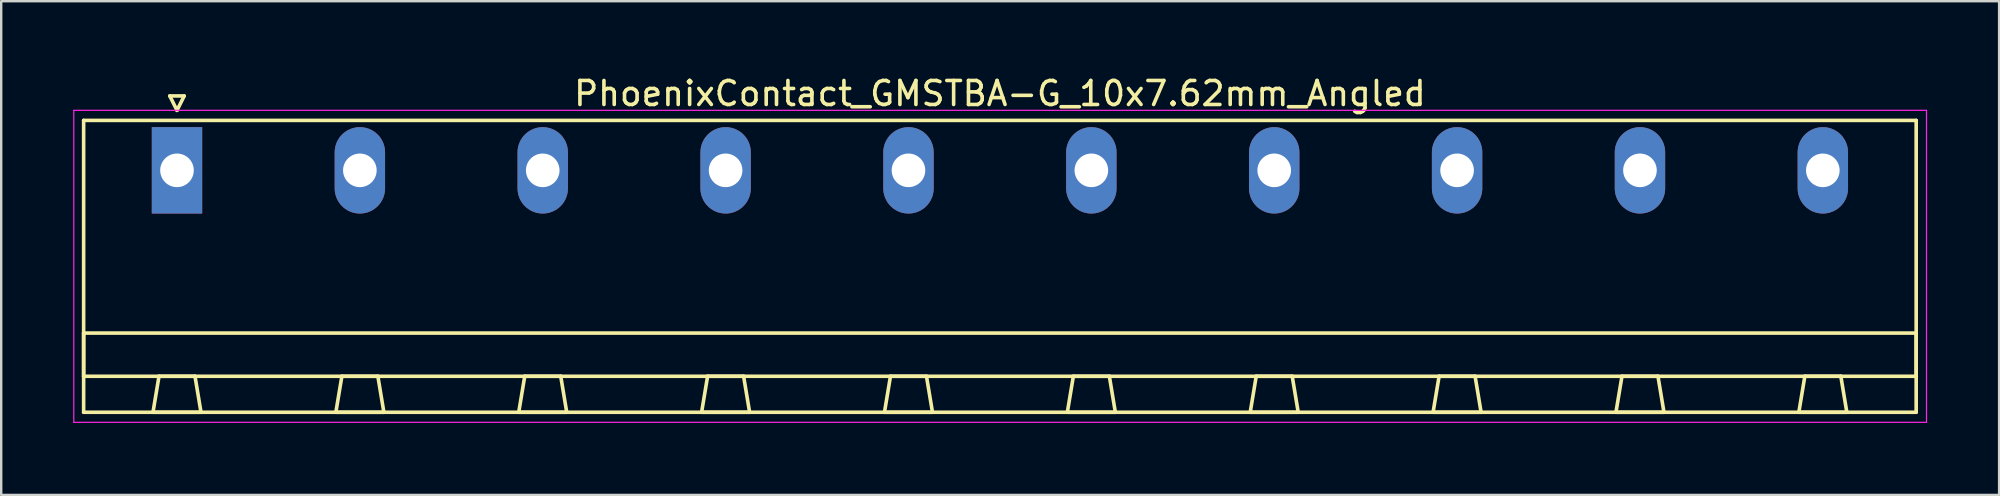
<source format=kicad_pcb>
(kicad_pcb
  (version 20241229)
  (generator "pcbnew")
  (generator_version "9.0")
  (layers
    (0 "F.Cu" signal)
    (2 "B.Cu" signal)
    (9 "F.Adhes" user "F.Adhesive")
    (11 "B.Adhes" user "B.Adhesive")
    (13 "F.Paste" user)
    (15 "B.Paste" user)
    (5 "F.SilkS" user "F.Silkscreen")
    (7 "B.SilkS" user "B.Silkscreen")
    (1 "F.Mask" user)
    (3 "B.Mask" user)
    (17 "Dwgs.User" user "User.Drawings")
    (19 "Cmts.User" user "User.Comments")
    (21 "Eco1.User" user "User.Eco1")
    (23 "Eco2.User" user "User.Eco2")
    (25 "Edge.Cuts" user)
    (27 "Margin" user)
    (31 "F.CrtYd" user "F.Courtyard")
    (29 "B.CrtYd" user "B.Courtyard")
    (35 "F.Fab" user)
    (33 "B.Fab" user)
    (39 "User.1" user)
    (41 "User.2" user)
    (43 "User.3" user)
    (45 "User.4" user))
  (footprint "PhoenixContact_GMSTBA-G_10x7.62mm_Angled"
    (layer "F.Cu")
    (at 4.325 4.048)
    (property "Reference" "PhoenixContact_GMSTBA-G_10x7.62mm_Angled" (at 34.29 -3.2 0) (layer "F.SilkS") (effects (font (size 1 1) (thickness 0.15))))
    (attr through_hole)
    (fp_line (start -3.89 -2.08) (end -3.89 10.08) (stroke (width 0.15) (type solid)) (layer "F.SilkS"))
    (fp_line (start -3.89 6.78) (end 72.47 6.78) (stroke (width 0.15) (type solid)) (layer "F.SilkS"))
    (fp_line (start -3.89 8.58) (end -3.89 6.78) (stroke (width 0.15) (type solid)) (layer "F.SilkS"))
    (fp_line (start -3.89 10.08) (end 72.47 10.08) (stroke (width 0.15) (type solid)) (layer "F.SilkS"))
    (fp_line (start -1 10.08) (end 1 10.08) (stroke (width 0.15) (type solid)) (layer "F.SilkS"))
    (fp_line (start -0.75 8.58) (end -1 10.08) (stroke (width 0.15) (type solid)) (layer "F.SilkS"))
    (fp_line (start -0.3 -3.1) (end 0 -2.5) (stroke (width 0.15) (type solid)) (layer "F.SilkS"))
    (fp_line (start 0 -2.5) (end 0.3 -3.1) (stroke (width 0.15) (type solid)) (layer "F.SilkS"))
    (fp_line (start 0.3 -3.1) (end -0.3 -3.1) (stroke (width 0.15) (type solid)) (layer "F.SilkS"))
    (fp_line (start 0.75 8.58) (end -0.75 8.58) (stroke (width 0.15) (type solid)) (layer "F.SilkS"))
    (fp_line (start 1 10.08) (end 0.75 8.58) (stroke (width 0.15) (type solid)) (layer "F.SilkS"))
    (fp_line (start 6.62 10.08) (end 8.62 10.08) (stroke (width 0.15) (type solid)) (layer "F.SilkS"))
    (fp_line (start 6.87 8.58) (end 6.62 10.08) (stroke (width 0.15) (type solid)) (layer "F.SilkS"))
    (fp_line (start 8.37 8.58) (end 6.87 8.58) (stroke (width 0.15) (type solid)) (layer "F.SilkS"))
    (fp_line (start 8.62 10.08) (end 8.37 8.58) (stroke (width 0.15) (type solid)) (layer "F.SilkS"))
    (fp_line (start 14.24 10.08) (end 16.24 10.08) (stroke (width 0.15) (type solid)) (layer "F.SilkS"))
    (fp_line (start 14.49 8.58) (end 14.24 10.08) (stroke (width 0.15) (type solid)) (layer "F.SilkS"))
    (fp_line (start 15.99 8.58) (end 14.49 8.58) (stroke (width 0.15) (type solid)) (layer "F.SilkS"))
    (fp_line (start 16.24 10.08) (end 15.99 8.58) (stroke (width 0.15) (type solid)) (layer "F.SilkS"))
    (fp_line (start 21.86 10.08) (end 23.86 10.08) (stroke (width 0.15) (type solid)) (layer "F.SilkS"))
    (fp_line (start 22.11 8.58) (end 21.86 10.08) (stroke (width 0.15) (type solid)) (layer "F.SilkS"))
    (fp_line (start 23.61 8.58) (end 22.11 8.58) (stroke (width 0.15) (type solid)) (layer "F.SilkS"))
    (fp_line (start 23.86 10.08) (end 23.61 8.58) (stroke (width 0.15) (type solid)) (layer "F.SilkS"))
    (fp_line (start 29.48 10.08) (end 31.48 10.08) (stroke (width 0.15) (type solid)) (layer "F.SilkS"))
    (fp_line (start 29.73 8.58) (end 29.48 10.08) (stroke (width 0.15) (type solid)) (layer "F.SilkS"))
    (fp_line (start 31.23 8.58) (end 29.73 8.58) (stroke (width 0.15) (type solid)) (layer "F.SilkS"))
    (fp_line (start 31.48 10.08) (end 31.23 8.58) (stroke (width 0.15) (type solid)) (layer "F.SilkS"))
    (fp_line (start 37.1 10.08) (end 39.1 10.08) (stroke (width 0.15) (type solid)) (layer "F.SilkS"))
    (fp_line (start 37.35 8.58) (end 37.1 10.08) (stroke (width 0.15) (type solid)) (layer "F.SilkS"))
    (fp_line (start 38.85 8.58) (end 37.35 8.58) (stroke (width 0.15) (type solid)) (layer "F.SilkS"))
    (fp_line (start 39.1 10.08) (end 38.85 8.58) (stroke (width 0.15) (type solid)) (layer "F.SilkS"))
    (fp_line (start 44.72 10.08) (end 46.72 10.08) (stroke (width 0.15) (type solid)) (layer "F.SilkS"))
    (fp_line (start 44.97 8.58) (end 44.72 10.08) (stroke (width 0.15) (type solid)) (layer "F.SilkS"))
    (fp_line (start 46.47 8.58) (end 44.97 8.58) (stroke (width 0.15) (type solid)) (layer "F.SilkS"))
    (fp_line (start 46.72 10.08) (end 46.47 8.58) (stroke (width 0.15) (type solid)) (layer "F.SilkS"))
    (fp_line (start 52.34 10.08) (end 54.34 10.08) (stroke (width 0.15) (type solid)) (layer "F.SilkS"))
    (fp_line (start 52.59 8.58) (end 52.34 10.08) (stroke (width 0.15) (type solid)) (layer "F.SilkS"))
    (fp_line (start 54.09 8.58) (end 52.59 8.58) (stroke (width 0.15) (type solid)) (layer "F.SilkS"))
    (fp_line (start 54.34 10.08) (end 54.09 8.58) (stroke (width 0.15) (type solid)) (layer "F.SilkS"))
    (fp_line (start 59.96 10.08) (end 61.96 10.08) (stroke (width 0.15) (type solid)) (layer "F.SilkS"))
    (fp_line (start 60.21 8.58) (end 59.96 10.08) (stroke (width 0.15) (type solid)) (layer "F.SilkS"))
    (fp_line (start 61.71 8.58) (end 60.21 8.58) (stroke (width 0.15) (type solid)) (layer "F.SilkS"))
    (fp_line (start 61.96 10.08) (end 61.71 8.58) (stroke (width 0.15) (type solid)) (layer "F.SilkS"))
    (fp_line (start 67.58 10.08) (end 69.58 10.08) (stroke (width 0.15) (type solid)) (layer "F.SilkS"))
    (fp_line (start 67.83 8.58) (end 67.58 10.08) (stroke (width 0.15) (type solid)) (layer "F.SilkS"))
    (fp_line (start 69.33 8.58) (end 67.83 8.58) (stroke (width 0.15) (type solid)) (layer "F.SilkS"))
    (fp_line (start 69.58 10.08) (end 69.33 8.58) (stroke (width 0.15) (type solid)) (layer "F.SilkS"))
    (fp_line (start 72.47 -2.08) (end -3.89 -2.08) (stroke (width 0.15) (type solid)) (layer "F.SilkS"))
    (fp_line (start 72.47 6.78) (end 72.47 8.58) (stroke (width 0.15) (type solid)) (layer "F.SilkS"))
    (fp_line (start 72.47 8.58) (end -3.89 8.58) (stroke (width 0.15) (type solid)) (layer "F.SilkS"))
    (fp_line (start 72.47 10.08) (end 72.47 -2.08) (stroke (width 0.15) (type solid)) (layer "F.SilkS"))
    (fp_line (start -4.3 -2.5) (end -4.3 10.5) (stroke (width 0.05) (type solid)) (layer "F.CrtYd"))
    (fp_line (start -4.3 10.5) (end 72.9 10.5) (stroke (width 0.05) (type solid)) (layer "F.CrtYd"))
    (fp_line (start 72.9 -2.5) (end -4.3 -2.5) (stroke (width 0.05) (type solid)) (layer "F.CrtYd"))
    (fp_line (start 72.9 10.5) (end 72.9 -2.5) (stroke (width 0.05) (type solid)) (layer "F.CrtYd"))
    (pad "1" thru_hole rect (at 0 0) (size 2.1 3.6) (drill 1.4) (layers "*.Cu" "*.Mask"))
    (pad "2" thru_hole oval (at 7.62 0) (size 2.1 3.6) (drill 1.4) (layers "*.Cu" "*.Mask"))
    (pad "3" thru_hole oval (at 15.24 0) (size 2.1 3.6) (drill 1.4) (layers "*.Cu" "*.Mask"))
    (pad "4" thru_hole oval (at 22.86 0) (size 2.1 3.6) (drill 1.4) (layers "*.Cu" "*.Mask"))
    (pad "5" thru_hole oval (at 30.48 0) (size 2.1 3.6) (drill 1.4) (layers "*.Cu" "*.Mask"))
    (pad "6" thru_hole oval (at 38.1 0) (size 2.1 3.6) (drill 1.4) (layers "*.Cu" "*.Mask"))
    (pad "7" thru_hole oval (at 45.72 0) (size 2.1 3.6) (drill 1.4) (layers "*.Cu" "*.Mask"))
    (pad "8" thru_hole oval (at 53.34 0) (size 2.1 3.6) (drill 1.4) (layers "*.Cu" "*.Mask"))
    (pad "9" thru_hole oval (at 60.96 0) (size 2.1 3.6) (drill 1.4) (layers "*.Cu" "*.Mask"))
    (pad "10" thru_hole oval (at 68.58 0) (size 2.1 3.6) (drill 1.4) (layers "*.Cu" "*.Mask")))
  (gr_rect
    (start -3 -3)
    (end 80.25 17.573)
    (stroke (width 0.1) (type default))
    (fill no)
    (layer "Edge.Cuts")))
</source>
